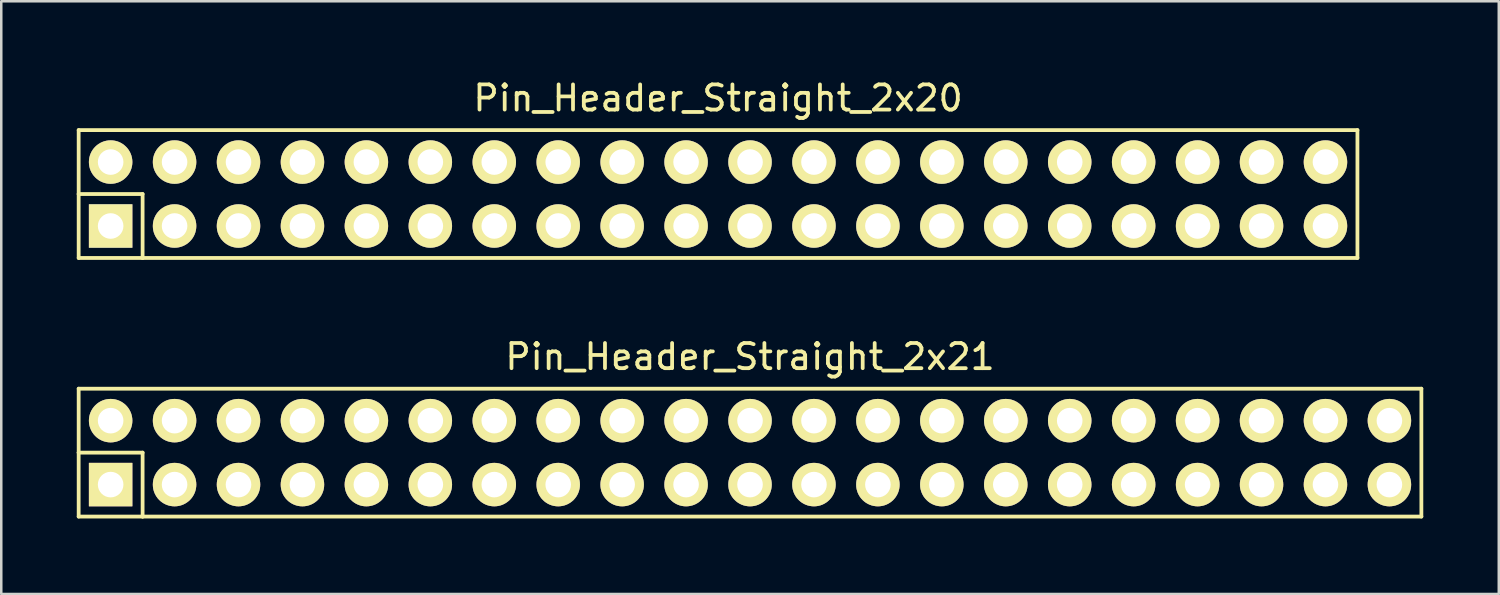
<source format=kicad_pcb>
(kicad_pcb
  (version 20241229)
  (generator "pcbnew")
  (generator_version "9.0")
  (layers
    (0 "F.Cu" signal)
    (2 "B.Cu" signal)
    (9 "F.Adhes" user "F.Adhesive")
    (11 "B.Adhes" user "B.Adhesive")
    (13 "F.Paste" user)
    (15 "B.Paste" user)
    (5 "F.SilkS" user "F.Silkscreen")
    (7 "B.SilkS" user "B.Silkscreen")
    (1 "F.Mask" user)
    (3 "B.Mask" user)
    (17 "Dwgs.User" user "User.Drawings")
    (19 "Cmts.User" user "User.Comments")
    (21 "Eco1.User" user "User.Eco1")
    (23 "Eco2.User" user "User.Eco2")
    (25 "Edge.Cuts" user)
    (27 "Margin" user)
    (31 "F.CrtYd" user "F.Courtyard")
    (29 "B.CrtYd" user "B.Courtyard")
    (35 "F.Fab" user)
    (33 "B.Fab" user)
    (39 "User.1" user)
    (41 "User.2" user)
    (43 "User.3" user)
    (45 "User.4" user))
  (footprint "Pin_Header_Straight_2x20"
    (layer "F.Cu")
    (at 25.475 4.658)
    (property "Reference" "Pin_Header_Straight_2x20" (at 0 -3.81 0) (layer "F.SilkS") (effects (font (size 1 1) (thickness 0.15))))
    (attr through_hole)
    (fp_line (start -25.4 -2.54) (end -25.4 0) (stroke (width 0.15) (type solid)) (layer "F.SilkS"))
    (fp_line (start -25.4 0) (end -22.86 0) (stroke (width 0.15) (type solid)) (layer "F.SilkS"))
    (fp_line (start -25.4 2.54) (end -25.4 0) (stroke (width 0.15) (type solid)) (layer "F.SilkS"))
    (fp_line (start -25.4 2.54) (end -22.86 2.54) (stroke (width 0.15) (type solid)) (layer "F.SilkS"))
    (fp_line (start -22.86 0) (end -22.86 2.54) (stroke (width 0.15) (type solid)) (layer "F.SilkS"))
    (fp_line (start -22.86 2.54) (end 25.4 2.54) (stroke (width 0.15) (type solid)) (layer "F.SilkS"))
    (fp_line (start 25.4 -2.54) (end -25.4 -2.54) (stroke (width 0.15) (type solid)) (layer "F.SilkS"))
    (fp_line (start 25.4 -2.54) (end 25.4 2.54) (stroke (width 0.15) (type solid)) (layer "F.SilkS"))
    (pad "1" thru_hole rect (at -24.13 1.27) (size 1.727 1.727) (drill 1.016) (layers "*.Cu" "*.Mask" "F.SilkS"))
    (pad "2" thru_hole oval (at -24.13 -1.27) (size 1.727 1.727) (drill 1.016) (layers "*.Cu" "*.Mask" "F.SilkS"))
    (pad "3" thru_hole oval (at -21.59 1.27) (size 1.727 1.727) (drill 1.016) (layers "*.Cu" "*.Mask" "F.SilkS"))
    (pad "4" thru_hole oval (at -21.59 -1.27) (size 1.727 1.727) (drill 1.016) (layers "*.Cu" "*.Mask" "F.SilkS"))
    (pad "5" thru_hole oval (at -19.05 1.27) (size 1.727 1.727) (drill 1.016) (layers "*.Cu" "*.Mask" "F.SilkS"))
    (pad "6" thru_hole oval (at -19.05 -1.27) (size 1.727 1.727) (drill 1.016) (layers "*.Cu" "*.Mask" "F.SilkS"))
    (pad "7" thru_hole oval (at -16.51 1.27) (size 1.727 1.727) (drill 1.016) (layers "*.Cu" "*.Mask" "F.SilkS"))
    (pad "8" thru_hole oval (at -16.51 -1.27) (size 1.727 1.727) (drill 1.016) (layers "*.Cu" "*.Mask" "F.SilkS"))
    (pad "9" thru_hole oval (at -13.97 1.27) (size 1.727 1.727) (drill 1.016) (layers "*.Cu" "*.Mask" "F.SilkS"))
    (pad "10" thru_hole oval (at -13.97 -1.27) (size 1.727 1.727) (drill 1.016) (layers "*.Cu" "*.Mask" "F.SilkS"))
    (pad "11" thru_hole oval (at -11.43 1.27) (size 1.727 1.727) (drill 1.016) (layers "*.Cu" "*.Mask" "F.SilkS"))
    (pad "12" thru_hole oval (at -11.43 -1.27) (size 1.727 1.727) (drill 1.016) (layers "*.Cu" "*.Mask" "F.SilkS"))
    (pad "13" thru_hole oval (at -8.89 1.27) (size 1.727 1.727) (drill 1.016) (layers "*.Cu" "*.Mask" "F.SilkS"))
    (pad "14" thru_hole oval (at -8.89 -1.27) (size 1.727 1.727) (drill 1.016) (layers "*.Cu" "*.Mask" "F.SilkS"))
    (pad "15" thru_hole oval (at -6.35 1.27) (size 1.727 1.727) (drill 1.016) (layers "*.Cu" "*.Mask" "F.SilkS"))
    (pad "16" thru_hole oval (at -6.35 -1.27) (size 1.727 1.727) (drill 1.016) (layers "*.Cu" "*.Mask" "F.SilkS"))
    (pad "17" thru_hole oval (at -3.81 1.27) (size 1.727 1.727) (drill 1.016) (layers "*.Cu" "*.Mask" "F.SilkS"))
    (pad "18" thru_hole oval (at -3.81 -1.27) (size 1.727 1.727) (drill 1.016) (layers "*.Cu" "*.Mask" "F.SilkS"))
    (pad "19" thru_hole oval (at -1.27 1.27) (size 1.727 1.727) (drill 1.016) (layers "*.Cu" "*.Mask" "F.SilkS"))
    (pad "20" thru_hole oval (at -1.27 -1.27) (size 1.727 1.727) (drill 1.016) (layers "*.Cu" "*.Mask" "F.SilkS"))
    (pad "21" thru_hole oval (at 1.27 1.27) (size 1.727 1.727) (drill 1.016) (layers "*.Cu" "*.Mask" "F.SilkS"))
    (pad "22" thru_hole oval (at 1.27 -1.27) (size 1.727 1.727) (drill 1.016) (layers "*.Cu" "*.Mask" "F.SilkS"))
    (pad "23" thru_hole oval (at 3.81 1.27) (size 1.727 1.727) (drill 1.016) (layers "*.Cu" "*.Mask" "F.SilkS"))
    (pad "24" thru_hole oval (at 3.81 -1.27) (size 1.727 1.727) (drill 1.016) (layers "*.Cu" "*.Mask" "F.SilkS"))
    (pad "25" thru_hole oval (at 6.35 1.27) (size 1.727 1.727) (drill 1.016) (layers "*.Cu" "*.Mask" "F.SilkS"))
    (pad "26" thru_hole oval (at 6.35 -1.27) (size 1.727 1.727) (drill 1.016) (layers "*.Cu" "*.Mask" "F.SilkS"))
    (pad "27" thru_hole oval (at 8.89 1.27) (size 1.727 1.727) (drill 1.016) (layers "*.Cu" "*.Mask" "F.SilkS"))
    (pad "28" thru_hole oval (at 8.89 -1.27) (size 1.727 1.727) (drill 1.016) (layers "*.Cu" "*.Mask" "F.SilkS"))
    (pad "29" thru_hole oval (at 11.43 1.27) (size 1.727 1.727) (drill 1.016) (layers "*.Cu" "*.Mask" "F.SilkS"))
    (pad "30" thru_hole oval (at 11.43 -1.27) (size 1.727 1.727) (drill 1.016) (layers "*.Cu" "*.Mask" "F.SilkS"))
    (pad "31" thru_hole oval (at 13.97 1.27) (size 1.727 1.727) (drill 1.016) (layers "*.Cu" "*.Mask" "F.SilkS"))
    (pad "32" thru_hole oval (at 13.97 -1.27) (size 1.727 1.727) (drill 1.016) (layers "*.Cu" "*.Mask" "F.SilkS"))
    (pad "33" thru_hole oval (at 16.51 1.27) (size 1.727 1.727) (drill 1.016) (layers "*.Cu" "*.Mask" "F.SilkS"))
    (pad "34" thru_hole oval (at 16.51 -1.27) (size 1.727 1.727) (drill 1.016) (layers "*.Cu" "*.Mask" "F.SilkS"))
    (pad "35" thru_hole oval (at 19.05 1.27) (size 1.727 1.727) (drill 1.016) (layers "*.Cu" "*.Mask" "F.SilkS"))
    (pad "36" thru_hole oval (at 19.05 -1.27) (size 1.727 1.727) (drill 1.016) (layers "*.Cu" "*.Mask" "F.SilkS"))
    (pad "37" thru_hole oval (at 21.59 1.27) (size 1.727 1.727) (drill 1.016) (layers "*.Cu" "*.Mask" "F.SilkS"))
    (pad "38" thru_hole oval (at 21.59 -1.27) (size 1.727 1.727) (drill 1.016) (layers "*.Cu" "*.Mask" "F.SilkS"))
    (pad "39" thru_hole oval (at 24.13 1.27) (size 1.727 1.727) (drill 1.016) (layers "*.Cu" "*.Mask" "F.SilkS"))
    (pad "40" thru_hole oval (at 24.13 -1.27) (size 1.727 1.727) (drill 1.016) (layers "*.Cu" "*.Mask" "F.SilkS")))
  (footprint "Pin_Header_Straight_2x21"
    (layer "F.Cu")
    (at 26.745 14.931)
    (property "Reference" "Pin_Header_Straight_2x21" (at 0 -3.81 0) (layer "F.SilkS") (effects (font (size 1 1) (thickness 0.15))))
    (attr through_hole)
    (fp_line (start -26.67 -2.54) (end -26.67 0) (stroke (width 0.15) (type solid)) (layer "F.SilkS"))
    (fp_line (start -26.67 0) (end -24.13 0) (stroke (width 0.15) (type solid)) (layer "F.SilkS"))
    (fp_line (start -26.67 2.54) (end -26.67 0) (stroke (width 0.15) (type solid)) (layer "F.SilkS"))
    (fp_line (start -26.67 2.54) (end -24.13 2.54) (stroke (width 0.15) (type solid)) (layer "F.SilkS"))
    (fp_line (start -24.13 0) (end -24.13 2.54) (stroke (width 0.15) (type solid)) (layer "F.SilkS"))
    (fp_line (start -24.13 2.54) (end 26.67 2.54) (stroke (width 0.15) (type solid)) (layer "F.SilkS"))
    (fp_line (start 26.67 -2.54) (end -26.67 -2.54) (stroke (width 0.15) (type solid)) (layer "F.SilkS"))
    (fp_line (start 26.67 -2.54) (end 26.67 2.54) (stroke (width 0.15) (type solid)) (layer "F.SilkS"))
    (pad "1" thru_hole rect (at -25.4 1.27) (size 1.727 1.727) (drill 1.016) (layers "*.Cu" "*.Mask" "F.SilkS"))
    (pad "2" thru_hole oval (at -25.4 -1.27) (size 1.727 1.727) (drill 1.016) (layers "*.Cu" "*.Mask" "F.SilkS"))
    (pad "3" thru_hole oval (at -22.86 1.27) (size 1.727 1.727) (drill 1.016) (layers "*.Cu" "*.Mask" "F.SilkS"))
    (pad "4" thru_hole oval (at -22.86 -1.27) (size 1.727 1.727) (drill 1.016) (layers "*.Cu" "*.Mask" "F.SilkS"))
    (pad "5" thru_hole oval (at -20.32 1.27) (size 1.727 1.727) (drill 1.016) (layers "*.Cu" "*.Mask" "F.SilkS"))
    (pad "6" thru_hole oval (at -20.32 -1.27) (size 1.727 1.727) (drill 1.016) (layers "*.Cu" "*.Mask" "F.SilkS"))
    (pad "7" thru_hole oval (at -17.78 1.27) (size 1.727 1.727) (drill 1.016) (layers "*.Cu" "*.Mask" "F.SilkS"))
    (pad "8" thru_hole oval (at -17.78 -1.27) (size 1.727 1.727) (drill 1.016) (layers "*.Cu" "*.Mask" "F.SilkS"))
    (pad "9" thru_hole oval (at -15.24 1.27) (size 1.727 1.727) (drill 1.016) (layers "*.Cu" "*.Mask" "F.SilkS"))
    (pad "10" thru_hole oval (at -15.24 -1.27) (size 1.727 1.727) (drill 1.016) (layers "*.Cu" "*.Mask" "F.SilkS"))
    (pad "11" thru_hole oval (at -12.7 1.27) (size 1.727 1.727) (drill 1.016) (layers "*.Cu" "*.Mask" "F.SilkS"))
    (pad "12" thru_hole oval (at -12.7 -1.27) (size 1.727 1.727) (drill 1.016) (layers "*.Cu" "*.Mask" "F.SilkS"))
    (pad "13" thru_hole oval (at -10.16 1.27) (size 1.727 1.727) (drill 1.016) (layers "*.Cu" "*.Mask" "F.SilkS"))
    (pad "14" thru_hole oval (at -10.16 -1.27) (size 1.727 1.727) (drill 1.016) (layers "*.Cu" "*.Mask" "F.SilkS"))
    (pad "15" thru_hole oval (at -7.62 1.27) (size 1.727 1.727) (drill 1.016) (layers "*.Cu" "*.Mask" "F.SilkS"))
    (pad "16" thru_hole oval (at -7.62 -1.27) (size 1.727 1.727) (drill 1.016) (layers "*.Cu" "*.Mask" "F.SilkS"))
    (pad "17" thru_hole oval (at -5.08 1.27) (size 1.727 1.727) (drill 1.016) (layers "*.Cu" "*.Mask" "F.SilkS"))
    (pad "18" thru_hole oval (at -5.08 -1.27) (size 1.727 1.727) (drill 1.016) (layers "*.Cu" "*.Mask" "F.SilkS"))
    (pad "19" thru_hole oval (at -2.54 1.27) (size 1.727 1.727) (drill 1.016) (layers "*.Cu" "*.Mask" "F.SilkS"))
    (pad "20" thru_hole oval (at -2.54 -1.27) (size 1.727 1.727) (drill 1.016) (layers "*.Cu" "*.Mask" "F.SilkS"))
    (pad "21" thru_hole oval (at 0 1.27) (size 1.727 1.727) (drill 1.016) (layers "*.Cu" "*.Mask" "F.SilkS"))
    (pad "22" thru_hole oval (at 0 -1.27) (size 1.727 1.727) (drill 1.016) (layers "*.Cu" "*.Mask" "F.SilkS"))
    (pad "23" thru_hole oval (at 2.54 1.27) (size 1.727 1.727) (drill 1.016) (layers "*.Cu" "*.Mask" "F.SilkS"))
    (pad "24" thru_hole oval (at 2.54 -1.27) (size 1.727 1.727) (drill 1.016) (layers "*.Cu" "*.Mask" "F.SilkS"))
    (pad "25" thru_hole oval (at 5.08 1.27) (size 1.727 1.727) (drill 1.016) (layers "*.Cu" "*.Mask" "F.SilkS"))
    (pad "26" thru_hole oval (at 5.08 -1.27) (size 1.727 1.727) (drill 1.016) (layers "*.Cu" "*.Mask" "F.SilkS"))
    (pad "27" thru_hole oval (at 7.62 1.27) (size 1.727 1.727) (drill 1.016) (layers "*.Cu" "*.Mask" "F.SilkS"))
    (pad "28" thru_hole oval (at 7.62 -1.27) (size 1.727 1.727) (drill 1.016) (layers "*.Cu" "*.Mask" "F.SilkS"))
    (pad "29" thru_hole oval (at 10.16 1.27) (size 1.727 1.727) (drill 1.016) (layers "*.Cu" "*.Mask" "F.SilkS"))
    (pad "30" thru_hole oval (at 10.16 -1.27) (size 1.727 1.727) (drill 1.016) (layers "*.Cu" "*.Mask" "F.SilkS"))
    (pad "31" thru_hole oval (at 12.7 1.27) (size 1.727 1.727) (drill 1.016) (layers "*.Cu" "*.Mask" "F.SilkS"))
    (pad "32" thru_hole oval (at 12.7 -1.27) (size 1.727 1.727) (drill 1.016) (layers "*.Cu" "*.Mask" "F.SilkS"))
    (pad "33" thru_hole oval (at 15.24 1.27) (size 1.727 1.727) (drill 1.016) (layers "*.Cu" "*.Mask" "F.SilkS"))
    (pad "34" thru_hole oval (at 15.24 -1.27) (size 1.727 1.727) (drill 1.016) (layers "*.Cu" "*.Mask" "F.SilkS"))
    (pad "35" thru_hole oval (at 17.78 1.27) (size 1.727 1.727) (drill 1.016) (layers "*.Cu" "*.Mask" "F.SilkS"))
    (pad "36" thru_hole oval (at 17.78 -1.27) (size 1.727 1.727) (drill 1.016) (layers "*.Cu" "*.Mask" "F.SilkS"))
    (pad "37" thru_hole oval (at 20.32 1.27) (size 1.727 1.727) (drill 1.016) (layers "*.Cu" "*.Mask" "F.SilkS"))
    (pad "38" thru_hole oval (at 20.32 -1.27) (size 1.727 1.727) (drill 1.016) (layers "*.Cu" "*.Mask" "F.SilkS"))
    (pad "39" thru_hole oval (at 22.86 1.27) (size 1.727 1.727) (drill 1.016) (layers "*.Cu" "*.Mask" "F.SilkS"))
    (pad "40" thru_hole oval (at 22.86 -1.27) (size 1.727 1.727) (drill 1.016) (layers "*.Cu" "*.Mask" "F.SilkS"))
    (pad "41" thru_hole oval (at 25.4 1.27) (size 1.727 1.727) (drill 1.016) (layers "*.Cu" "*.Mask" "F.SilkS"))
    (pad "42" thru_hole oval (at 25.4 -1.27) (size 1.727 1.727) (drill 1.016) (layers "*.Cu" "*.Mask" "F.SilkS")))
  (gr_rect
    (start -3 -3)
    (end 56.49 20.547)
    (stroke (width 0.1) (type default))
    (fill no)
    (layer "Edge.Cuts")))
</source>
